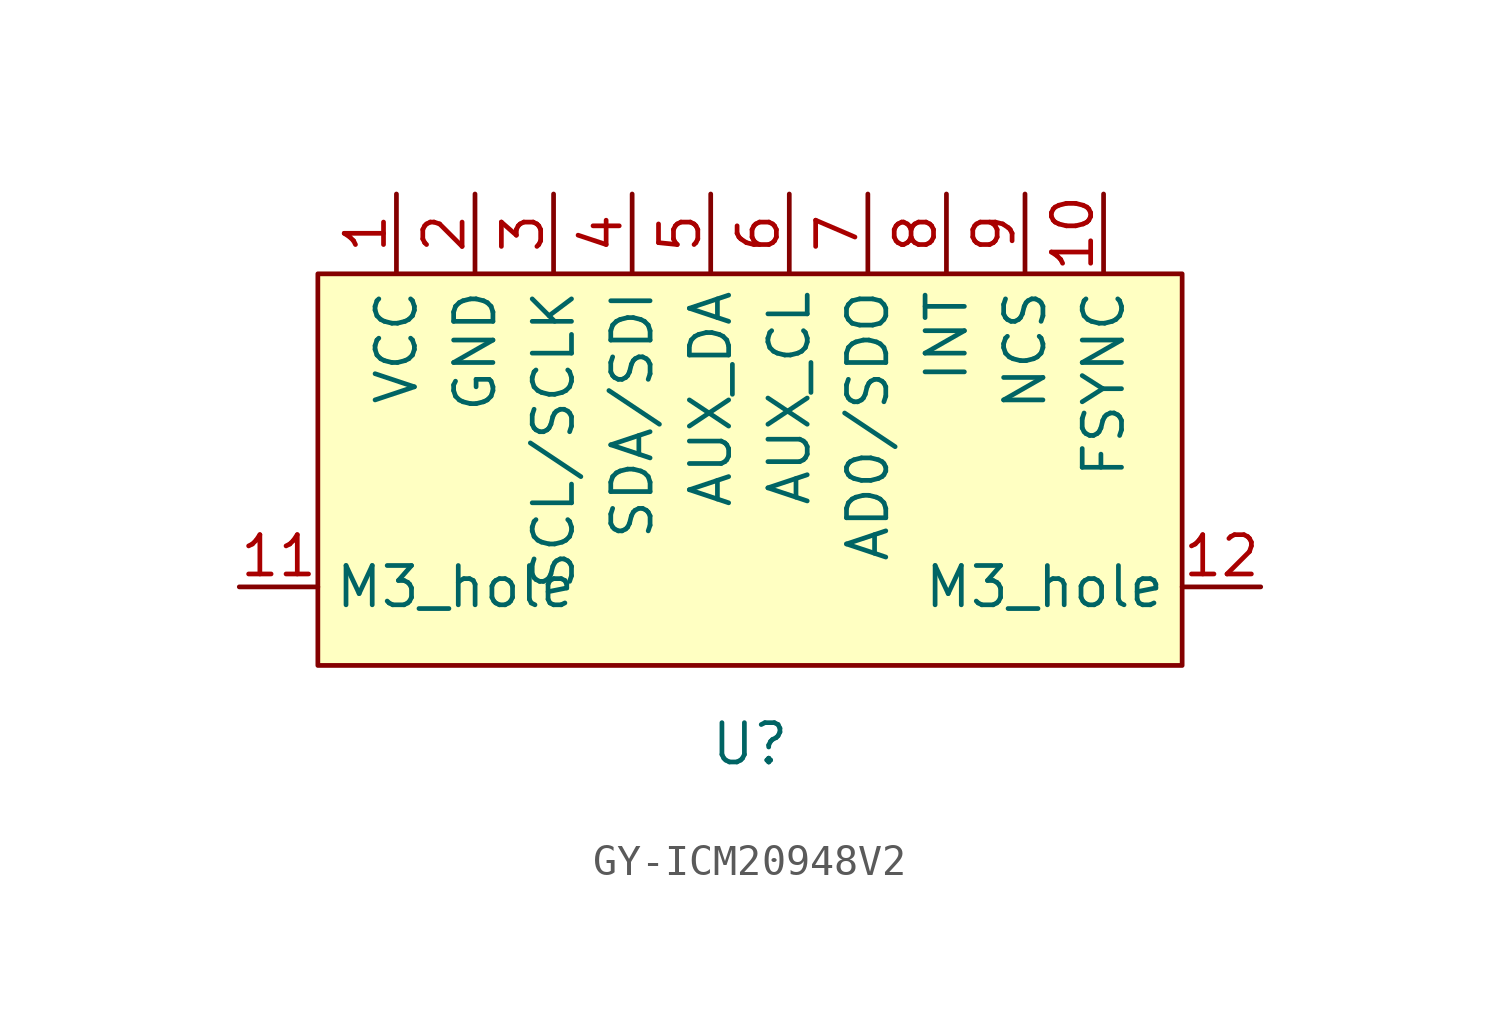
<source format=kicad_sym>
(kicad_symbol_lib
  (version 20231120)
  (generator "kicad_symbol_editor")
  (generator_version "8.0")
  (symbol "GY-ICM20948V2"
    (property "Reference" "U"
      (at -1.27 -12.7 0)
      (effects (font (size 1.27 1.27))))
    (property "Value" ""
      (at -2.54 0 0)
      (effects (font (size 1.27 1.27))))
    (symbol "GY-ICM20948V2_1_1"
      (rectangle (start -15.24 2.5) (end 12.7 -10.16) (stroke (width 0) (type default)) (fill (type background)))
      (pin power_in line (at -12.7 5.08 270) (length 2.54) (name "VCC" (effects (font (size 1.27 1.27)))) (number "1" (effects (font (size 1.27 1.27)))))
      (pin input line (at 10.16 5.08 270) (length 2.54) (name "FSYNC" (effects (font (size 1.27 1.27)))) (number "10" (effects (font (size 1.27 1.27)))))
      (pin passive line (at -17.78 -7.62 0) (length 2.54) (name "M3_hole" (effects (font (size 1.27 1.27)))) (number "11" (effects (font (size 1.27 1.27)))))
      (pin passive line (at 15.24 -7.62 180) (length 2.54) (name "M3_hole" (effects (font (size 1.27 1.27)))) (number "12" (effects (font (size 1.27 1.27)))))
      (pin power_in line (at -10.16 5.08 270) (length 2.54) (name "GND" (effects (font (size 1.27 1.27)))) (number "2" (effects (font (size 1.27 1.27)))))
      (pin bidirectional line (at -7.62 5.08 270) (length 2.54) (name "SCL/SCLK" (effects (font (size 1.27 1.27)))) (number "3" (effects (font (size 1.27 1.27)))))
      (pin input line (at -5.08 5.08 270) (length 2.54) (name "SDA/SDI" (effects (font (size 1.27 1.27)))) (number "4" (effects (font (size 1.27 1.27)))))
      (pin bidirectional line (at -2.54 5.08 270) (length 2.54) (name "AUX_DA" (effects (font (size 1.27 1.27)))) (number "5" (effects (font (size 1.27 1.27)))))
      (pin output line (at 0 5.08 270) (length 2.54) (name "AUX_CL" (effects (font (size 1.27 1.27)))) (number "6" (effects (font (size 1.27 1.27)))))
      (pin tri_state line (at 2.54 5.08 270) (length 2.54) (name "AD0/SDO" (effects (font (size 1.27 1.27)))) (number "7" (effects (font (size 1.27 1.27)))))
      (pin output line (at 5.08 5.08 270) (length 2.54) (name "INT" (effects (font (size 1.27 1.27)))) (number "8" (effects (font (size 1.27 1.27)))))
      (pin input line (at 7.62 5.08 270) (length 2.54) (name "NCS" (effects (font (size 1.27 1.27)))) (number "9" (effects (font (size 1.27 1.27))))))))
</source>
